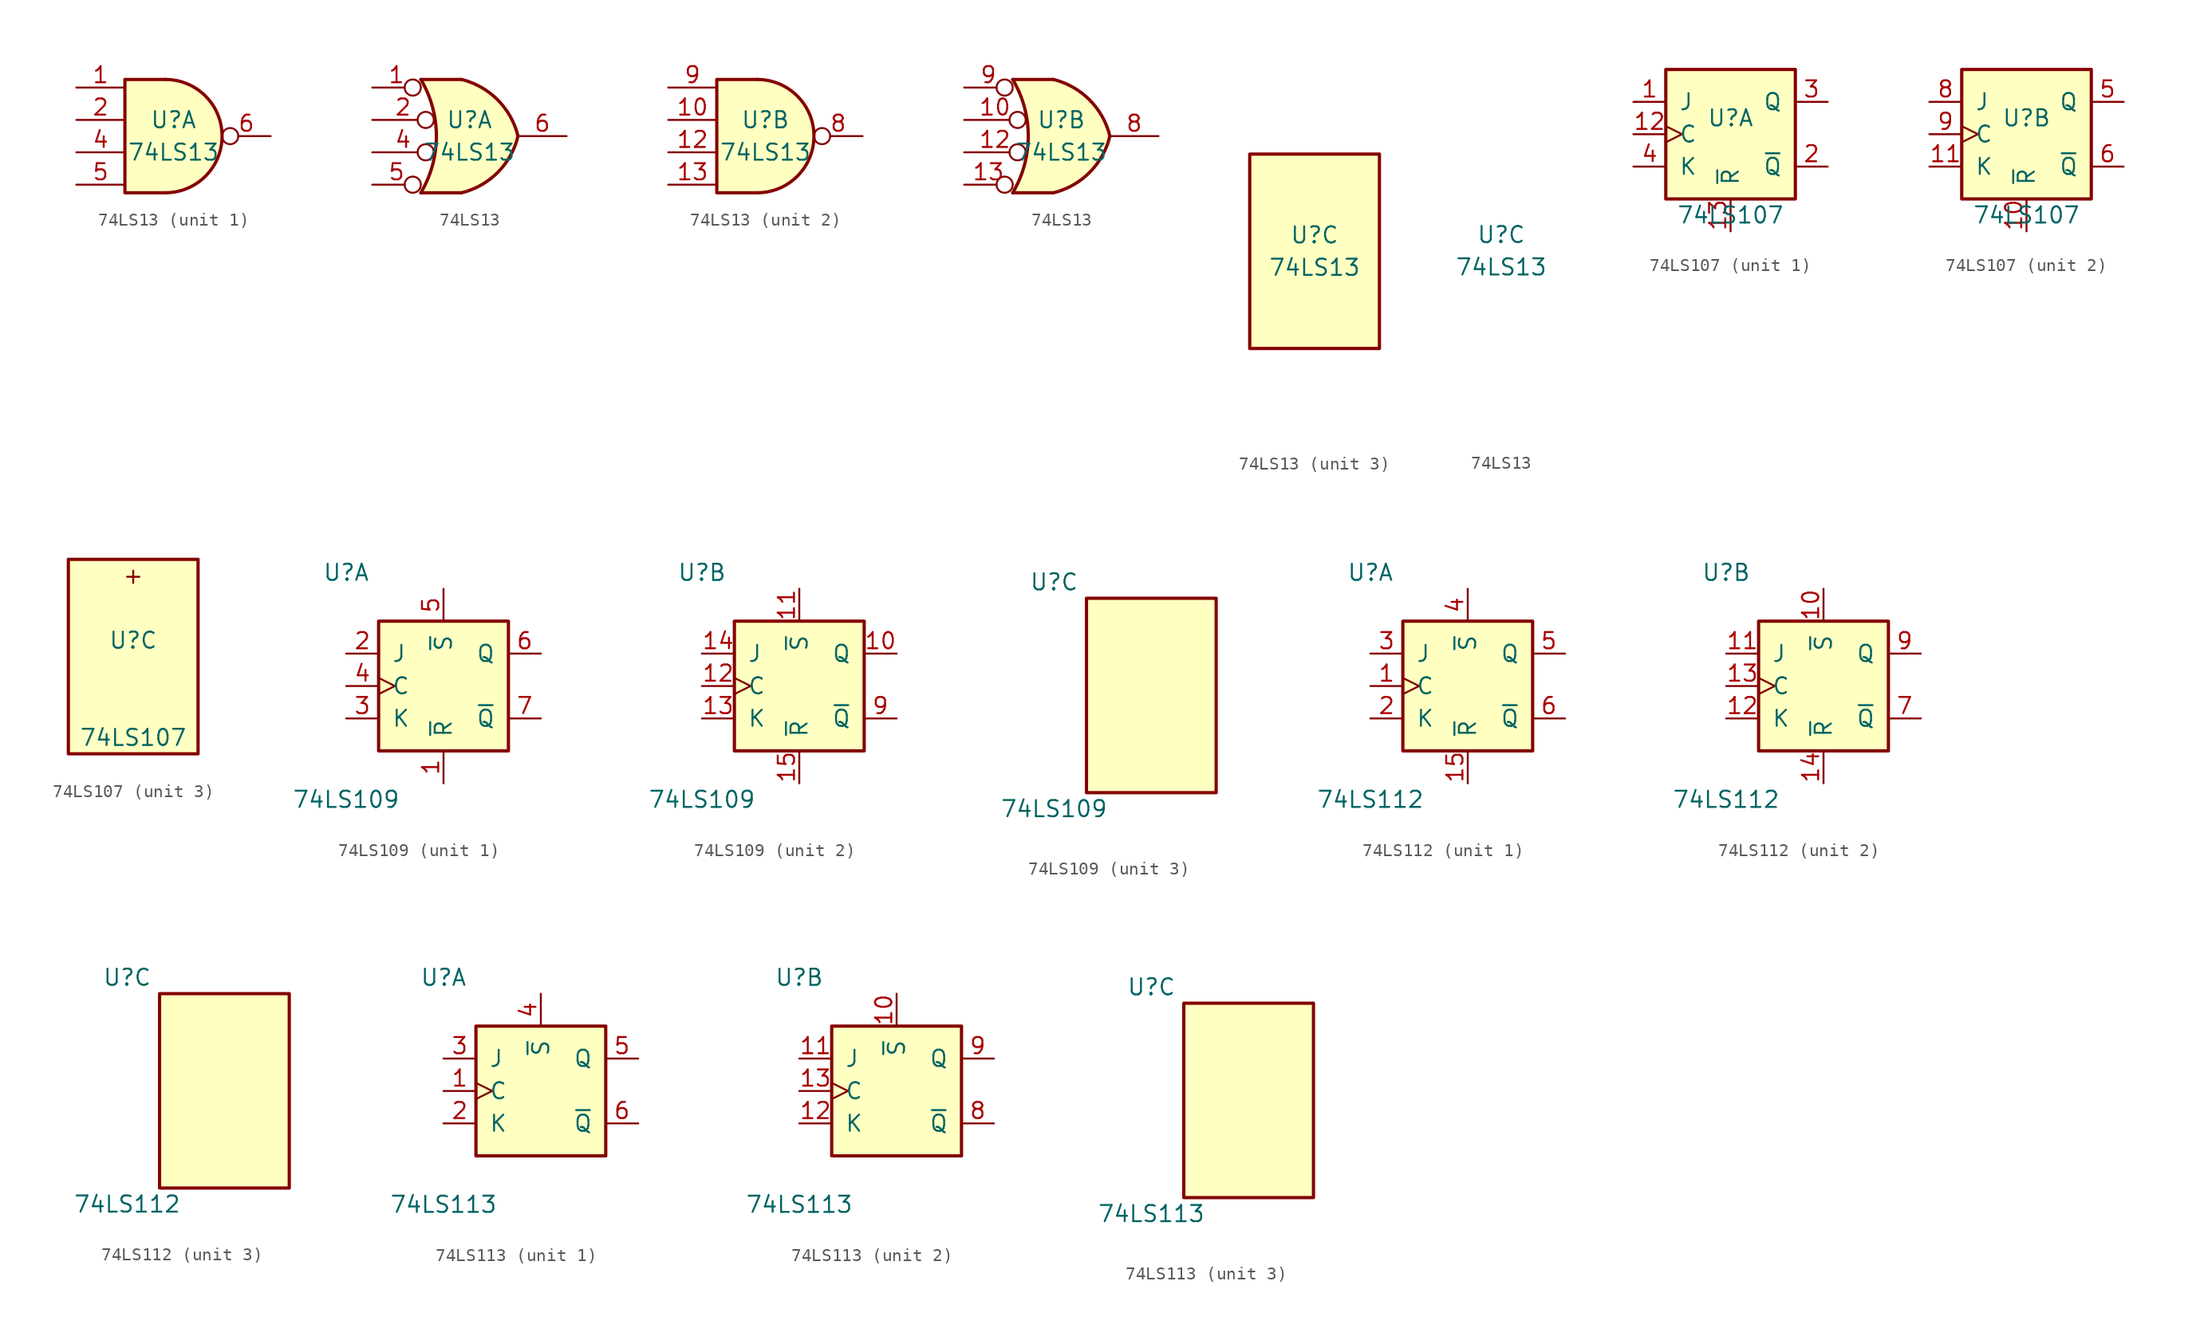
<source format=kicad_sym>
(kicad_symbol_lib
  (version 20231120)
  (generator "kicad_symbol_editor")
  (generator_version "8.0")
  (symbol "74LS13"
    (pin_names
      (offset 1.016))
    (property "Reference" "U"
      (at 0 1.27 0)
      (effects (font (size 1.27 1.27))))
    (property "Value" "74LS13"
      (at 0 -1.27 0)
      (effects (font (size 1.27 1.27))))
    (property "ki_locked" ""
      (at 0 0 0)
      (effects (font (size 1.27 1.27))))
    (symbol "74LS13_1_1"
      (arc (start -0.635 -4.445) (mid 3.7907 0) (end -0.635 4.445) (stroke (width 0.254) (type default)) (fill (type background)))
      (polyline (pts (xy -0.635 4.445) (xy -3.81 4.445) (xy -3.81 -4.445) (xy -0.635 -4.445)) (stroke (width 0.254) (type default)) (fill (type background)))
      (pin input line (at -7.62 3.81 0) (length 3.81) (name "~" (effects (font (size 1.27 1.27)))) (number "1" (effects (font (size 1.27 1.27)))))
      (pin input line (at -7.62 1.27 0) (length 3.81) (name "~" (effects (font (size 1.27 1.27)))) (number "2" (effects (font (size 1.27 1.27)))))
      (pin input line (at -7.62 -1.27 0) (length 3.81) (name "~" (effects (font (size 1.27 1.27)))) (number "4" (effects (font (size 1.27 1.27)))))
      (pin input line (at -7.62 -3.81 0) (length 3.81) (name "~" (effects (font (size 1.27 1.27)))) (number "5" (effects (font (size 1.27 1.27)))))
      (pin output inverted (at 7.62 0 180) (length 3.81) (name "~" (effects (font (size 1.27 1.27)))) (number "6" (effects (font (size 1.27 1.27))))))
    (symbol "74LS13_1_2"
      (arc (start -3.81 -4.445) (mid -2.5908 0) (end -3.81 4.445) (stroke (width 0.254) (type default)) (fill (type none)))
      (arc (start -0.6096 -4.445) (mid 2.2246 -2.8422) (end 3.81 0) (stroke (width 0.254) (type default)) (fill (type background)))
      (polyline (pts (xy -3.81 -4.445) (xy -0.635 -4.445)) (stroke (width 0.254) (type default)) (fill (type background)))
      (polyline (pts (xy -3.81 4.445) (xy -0.635 4.445)) (stroke (width 0.254) (type default)) (fill (type background)))
      (polyline (pts (xy -0.635 4.445) (xy -3.81 4.445) (xy -3.81 4.445) (xy -3.632 4.089) (xy -3.099 2.921) (xy -2.769 1.676) (xy -2.616 0.432) (xy -2.642 -0.864) (xy -2.87 -2.108) (xy -3.251 -3.327) (xy -3.81 -4.445) (xy -3.81 -4.445) (xy -0.635 -4.445)) (stroke (width -25.4) (type default)) (fill (type background)))
      (arc (start 3.81 0) (mid 2.2204 2.8379) (end -0.6096 4.445) (stroke (width 0.254) (type default)) (fill (type background)))
      (pin input inverted (at -7.62 3.81 0) (length 3.81) (name "~" (effects (font (size 1.27 1.27)))) (number "1" (effects (font (size 1.27 1.27)))))
      (pin input inverted (at -7.62 1.27 0) (length 4.826) (name "~" (effects (font (size 1.27 1.27)))) (number "2" (effects (font (size 1.27 1.27)))))
      (pin input inverted (at -7.62 -1.27 0) (length 4.826) (name "~" (effects (font (size 1.27 1.27)))) (number "4" (effects (font (size 1.27 1.27)))))
      (pin input inverted (at -7.62 -3.81 0) (length 3.81) (name "~" (effects (font (size 1.27 1.27)))) (number "5" (effects (font (size 1.27 1.27)))))
      (pin output line (at 7.62 0 180) (length 3.81) (name "~" (effects (font (size 1.27 1.27)))) (number "6" (effects (font (size 1.27 1.27))))))
    (symbol "74LS13_2_1"
      (arc (start -0.635 -4.445) (mid 3.7907 0) (end -0.635 4.445) (stroke (width 0.254) (type default)) (fill (type background)))
      (polyline (pts (xy -0.635 4.445) (xy -3.81 4.445) (xy -3.81 -4.445) (xy -0.635 -4.445)) (stroke (width 0.254) (type default)) (fill (type background)))
      (pin input line (at -7.62 1.27 0) (length 3.81) (name "~" (effects (font (size 1.27 1.27)))) (number "10" (effects (font (size 1.27 1.27)))))
      (pin input line (at -7.62 -1.27 0) (length 3.81) (name "~" (effects (font (size 1.27 1.27)))) (number "12" (effects (font (size 1.27 1.27)))))
      (pin input line (at -7.62 -3.81 0) (length 3.81) (name "~" (effects (font (size 1.27 1.27)))) (number "13" (effects (font (size 1.27 1.27)))))
      (pin output inverted (at 7.62 0 180) (length 3.81) (name "~" (effects (font (size 1.27 1.27)))) (number "8" (effects (font (size 1.27 1.27)))))
      (pin input line (at -7.62 3.81 0) (length 3.81) (name "~" (effects (font (size 1.27 1.27)))) (number "9" (effects (font (size 1.27 1.27))))))
    (symbol "74LS13_2_2"
      (arc (start -3.81 -4.445) (mid -2.5908 0) (end -3.81 4.445) (stroke (width 0.254) (type default)) (fill (type none)))
      (arc (start -0.6096 -4.445) (mid 2.2246 -2.8422) (end 3.81 0) (stroke (width 0.254) (type default)) (fill (type background)))
      (polyline (pts (xy -3.81 -4.445) (xy -0.635 -4.445)) (stroke (width 0.254) (type default)) (fill (type background)))
      (polyline (pts (xy -3.81 4.445) (xy -0.635 4.445)) (stroke (width 0.254) (type default)) (fill (type background)))
      (polyline (pts (xy -0.635 4.445) (xy -3.81 4.445) (xy -3.81 4.445) (xy -3.632 4.089) (xy -3.099 2.921) (xy -2.769 1.676) (xy -2.616 0.432) (xy -2.642 -0.864) (xy -2.87 -2.108) (xy -3.251 -3.327) (xy -3.81 -4.445) (xy -3.81 -4.445) (xy -0.635 -4.445)) (stroke (width -25.4) (type default)) (fill (type background)))
      (arc (start 3.81 0) (mid 2.2204 2.8379) (end -0.6096 4.445) (stroke (width 0.254) (type default)) (fill (type background)))
      (pin input inverted (at -7.62 1.27 0) (length 4.826) (name "~" (effects (font (size 1.27 1.27)))) (number "10" (effects (font (size 1.27 1.27)))))
      (pin input inverted (at -7.62 -1.27 0) (length 4.826) (name "~" (effects (font (size 1.27 1.27)))) (number "12" (effects (font (size 1.27 1.27)))))
      (pin input inverted (at -7.62 -3.81 0) (length 3.81) (name "~" (effects (font (size 1.27 1.27)))) (number "13" (effects (font (size 1.27 1.27)))))
      (pin output line (at 7.62 0 180) (length 3.81) (name "~" (effects (font (size 1.27 1.27)))) (number "8" (effects (font (size 1.27 1.27)))))
      (pin input inverted (at -7.62 3.81 0) (length 3.81) (name "~" (effects (font (size 1.27 1.27)))) (number "9" (effects (font (size 1.27 1.27))))))
    (symbol "74LS13_3_0"
      (pin input line (at 0 12.7 270) (length 5.08) hide (name "VCC" (effects (font (size 1.27 1.27)))) (number "14" (effects (font (size 1.27 1.27)))))
      (pin input line (at 0 -12.7 90) (length 5.08) hide (name "GND" (effects (font (size 1.27 1.27)))) (number "7" (effects (font (size 1.27 1.27))))))
    (symbol "74LS13_3_1"
      (rectangle (start -5.08 7.62) (end 5.08 -7.62) (stroke (width 0.254) (type default)) (fill (type background)))))
  (symbol "74LS107"
    (pin_names
      (offset 1.016))
    (property "Reference" "U"
      (at 0 1.27 0)
      (effects (font (size 1.27 1.27))))
    (property "Value" "74LS107"
      (at 0 -6.35 0)
      (effects (font (size 1.27 1.27))))
    (property "ki_locked" ""
      (at 0 0 0)
      (effects (font (size 1.27 1.27))))
    (symbol "74LS107_1_0"
      (pin input line (at -7.62 2.54 0) (length 2.54) (name "J" (effects (font (size 1.27 1.27)))) (number "1" (effects (font (size 1.27 1.27)))))
      (pin input clock (at -7.62 0 0) (length 2.54) (name "C" (effects (font (size 1.27 1.27)))) (number "12" (effects (font (size 1.27 1.27)))))
      (pin input line (at 0 -7.62 90) (length 2.54) (name "~{R}" (effects (font (size 1.27 1.27)))) (number "13" (effects (font (size 1.27 1.27)))))
      (pin output line (at 7.62 -2.54 180) (length 2.54) (name "~{Q}" (effects (font (size 1.27 1.27)))) (number "2" (effects (font (size 1.27 1.27)))))
      (pin output line (at 7.62 2.54 180) (length 2.54) (name "Q" (effects (font (size 1.27 1.27)))) (number "3" (effects (font (size 1.27 1.27)))))
      (pin input line (at -7.62 -2.54 0) (length 2.54) (name "K" (effects (font (size 1.27 1.27)))) (number "4" (effects (font (size 1.27 1.27))))))
    (symbol "74LS107_1_1"
      (rectangle (start -5.08 5.08) (end 5.08 -5.08) (stroke (width 0.254) (type default)) (fill (type background))))
    (symbol "74LS107_2_0"
      (pin input line (at 0 -7.62 90) (length 2.54) (name "~{R}" (effects (font (size 1.27 1.27)))) (number "10" (effects (font (size 1.27 1.27)))))
      (pin input line (at -7.62 -2.54 0) (length 2.54) (name "K" (effects (font (size 1.27 1.27)))) (number "11" (effects (font (size 1.27 1.27)))))
      (pin output line (at 7.62 2.54 180) (length 2.54) (name "Q" (effects (font (size 1.27 1.27)))) (number "5" (effects (font (size 1.27 1.27)))))
      (pin output line (at 7.62 -2.54 180) (length 2.54) (name "~{Q}" (effects (font (size 1.27 1.27)))) (number "6" (effects (font (size 1.27 1.27)))))
      (pin input line (at -7.62 2.54 0) (length 2.54) (name "J" (effects (font (size 1.27 1.27)))) (number "8" (effects (font (size 1.27 1.27)))))
      (pin input clock (at -7.62 0 0) (length 2.54) (name "C" (effects (font (size 1.27 1.27)))) (number "9" (effects (font (size 1.27 1.27))))))
    (symbol "74LS107_2_1"
      (rectangle (start -5.08 5.08) (end 5.08 -5.08) (stroke (width 0.254) (type default)) (fill (type background))))
    (symbol "74LS107_3_0"
      (pin power_in line (at 0 7.62 270) (length 2.54) hide (name "VCC" (effects (font (size 1.27 1.27)))) (number "14" (effects (font (size 1.27 1.27)))))
      (pin power_in line (at 0 -7.62 90) (length 2.54) hide (name "GND" (effects (font (size 1.27 1.27)))) (number "7" (effects (font (size 1.27 1.27))))))
    (symbol "74LS107_3_1"
      (rectangle (start -5.08 7.62) (end 5.08 -7.62) (stroke (width 0.254) (type default)) (fill (type background)))
      (text "+" (at 0 6.35 0) (effects (font (size 1.27 1.27))))))
  (symbol "74LS109"
    (pin_names
      (offset 1.016))
    (property "Reference" "U"
      (at -7.62 8.89 0)
      (effects (font (size 1.27 1.27))))
    (property "Value" "74LS109"
      (at -7.62 -8.89 0)
      (effects (font (size 1.27 1.27))))
    (property "ki_locked" ""
      (at 0 0 0)
      (effects (font (size 1.27 1.27))))
    (symbol "74LS109_1_0"
      (pin input line (at 0 -7.62 90) (length 2.54) (name "~{R}" (effects (font (size 1.27 1.27)))) (number "1" (effects (font (size 1.27 1.27)))))
      (pin input line (at -7.62 2.54 0) (length 2.54) (name "J" (effects (font (size 1.27 1.27)))) (number "2" (effects (font (size 1.27 1.27)))))
      (pin input line (at -7.62 -2.54 0) (length 2.54) (name "K" (effects (font (size 1.27 1.27)))) (number "3" (effects (font (size 1.27 1.27)))))
      (pin input clock (at -7.62 0 0) (length 2.54) (name "C" (effects (font (size 1.27 1.27)))) (number "4" (effects (font (size 1.27 1.27)))))
      (pin input line (at 0 7.62 270) (length 2.54) (name "~{S}" (effects (font (size 1.27 1.27)))) (number "5" (effects (font (size 1.27 1.27)))))
      (pin output line (at 7.62 2.54 180) (length 2.54) (name "Q" (effects (font (size 1.27 1.27)))) (number "6" (effects (font (size 1.27 1.27)))))
      (pin output line (at 7.62 -2.54 180) (length 2.54) (name "~{Q}" (effects (font (size 1.27 1.27)))) (number "7" (effects (font (size 1.27 1.27))))))
    (symbol "74LS109_1_1"
      (rectangle (start -5.08 5.08) (end 5.08 -5.08) (stroke (width 0.254) (type default)) (fill (type background))))
    (symbol "74LS109_2_0"
      (pin output line (at 7.62 2.54 180) (length 2.54) (name "Q" (effects (font (size 1.27 1.27)))) (number "10" (effects (font (size 1.27 1.27)))))
      (pin input line (at 0 7.62 270) (length 2.54) (name "~{S}" (effects (font (size 1.27 1.27)))) (number "11" (effects (font (size 1.27 1.27)))))
      (pin input clock (at -7.62 0 0) (length 2.54) (name "C" (effects (font (size 1.27 1.27)))) (number "12" (effects (font (size 1.27 1.27)))))
      (pin input line (at -7.62 -2.54 0) (length 2.54) (name "K" (effects (font (size 1.27 1.27)))) (number "13" (effects (font (size 1.27 1.27)))))
      (pin input line (at -7.62 2.54 0) (length 2.54) (name "J" (effects (font (size 1.27 1.27)))) (number "14" (effects (font (size 1.27 1.27)))))
      (pin input line (at 0 -7.62 90) (length 2.54) (name "~{R}" (effects (font (size 1.27 1.27)))) (number "15" (effects (font (size 1.27 1.27)))))
      (pin output line (at 7.62 -2.54 180) (length 2.54) (name "~{Q}" (effects (font (size 1.27 1.27)))) (number "9" (effects (font (size 1.27 1.27))))))
    (symbol "74LS109_2_1"
      (rectangle (start -5.08 5.08) (end 5.08 -5.08) (stroke (width 0.254) (type default)) (fill (type background))))
    (symbol "74LS109_3_0"
      (pin input line (at 0 10.16 270) (length 2.54) hide (name "VCC" (effects (font (size 1.27 1.27)))) (number "16" (effects (font (size 1.27 1.27)))))
      (pin input line (at 0 -10.16 90) (length 2.54) hide (name "GND" (effects (font (size 1.27 1.27)))) (number "8" (effects (font (size 1.27 1.27))))))
    (symbol "74LS109_3_1"
      (rectangle (start -5.08 7.62) (end 5.08 -7.62) (stroke (width 0.254) (type default)) (fill (type background)))))
  (symbol "74LS112"
    (pin_names
      (offset 1.016))
    (property "Reference" "U"
      (at -7.62 8.89 0)
      (effects (font (size 1.27 1.27))))
    (property "Value" "74LS112"
      (at -7.62 -8.89 0)
      (effects (font (size 1.27 1.27))))
    (property "ki_locked" ""
      (at 0 0 0)
      (effects (font (size 1.27 1.27))))
    (symbol "74LS112_1_0"
      (pin input clock (at -7.62 0 0) (length 2.54) (name "C" (effects (font (size 1.27 1.27)))) (number "1" (effects (font (size 1.27 1.27)))))
      (pin input line (at 0 -7.62 90) (length 2.54) (name "~{R}" (effects (font (size 1.27 1.27)))) (number "15" (effects (font (size 1.27 1.27)))))
      (pin input line (at -7.62 -2.54 0) (length 2.54) (name "K" (effects (font (size 1.27 1.27)))) (number "2" (effects (font (size 1.27 1.27)))))
      (pin input line (at -7.62 2.54 0) (length 2.54) (name "J" (effects (font (size 1.27 1.27)))) (number "3" (effects (font (size 1.27 1.27)))))
      (pin input line (at 0 7.62 270) (length 2.54) (name "~{S}" (effects (font (size 1.27 1.27)))) (number "4" (effects (font (size 1.27 1.27)))))
      (pin output line (at 7.62 2.54 180) (length 2.54) (name "Q" (effects (font (size 1.27 1.27)))) (number "5" (effects (font (size 1.27 1.27)))))
      (pin output line (at 7.62 -2.54 180) (length 2.54) (name "~{Q}" (effects (font (size 1.27 1.27)))) (number "6" (effects (font (size 1.27 1.27))))))
    (symbol "74LS112_1_1"
      (rectangle (start -5.08 5.08) (end 5.08 -5.08) (stroke (width 0.254) (type default)) (fill (type background))))
    (symbol "74LS112_2_0"
      (pin input line (at 0 7.62 270) (length 2.54) (name "~{S}" (effects (font (size 1.27 1.27)))) (number "10" (effects (font (size 1.27 1.27)))))
      (pin input line (at -7.62 2.54 0) (length 2.54) (name "J" (effects (font (size 1.27 1.27)))) (number "11" (effects (font (size 1.27 1.27)))))
      (pin input line (at -7.62 -2.54 0) (length 2.54) (name "K" (effects (font (size 1.27 1.27)))) (number "12" (effects (font (size 1.27 1.27)))))
      (pin input clock (at -7.62 0 0) (length 2.54) (name "C" (effects (font (size 1.27 1.27)))) (number "13" (effects (font (size 1.27 1.27)))))
      (pin input line (at 0 -7.62 90) (length 2.54) (name "~{R}" (effects (font (size 1.27 1.27)))) (number "14" (effects (font (size 1.27 1.27)))))
      (pin output line (at 7.62 -2.54 180) (length 2.54) (name "~{Q}" (effects (font (size 1.27 1.27)))) (number "7" (effects (font (size 1.27 1.27)))))
      (pin output line (at 7.62 2.54 180) (length 2.54) (name "Q" (effects (font (size 1.27 1.27)))) (number "9" (effects (font (size 1.27 1.27))))))
    (symbol "74LS112_2_1"
      (rectangle (start -5.08 5.08) (end 5.08 -5.08) (stroke (width 0.254) (type default)) (fill (type background))))
    (symbol "74LS112_3_0"
      (pin power_in line (at 0 7.62 270) (length 2.54) hide (name "VCC" (effects (font (size 1.27 1.27)))) (number "16" (effects (font (size 1.27 1.27)))))
      (pin power_in line (at 0 -7.62 90) (length 2.54) hide (name "GND" (effects (font (size 1.27 1.27)))) (number "8" (effects (font (size 1.27 1.27))))))
    (symbol "74LS112_3_1"
      (rectangle (start -5.08 7.62) (end 5.08 -7.62) (stroke (width 0.254) (type default)) (fill (type background)))))
  (symbol "74LS113"
    (pin_names
      (offset 1.016))
    (property "Reference" "U"
      (at -7.62 8.89 0)
      (effects (font (size 1.27 1.27))))
    (property "Value" "74LS113"
      (at -7.62 -8.89 0)
      (effects (font (size 1.27 1.27))))
    (property "ki_locked" ""
      (at 0 0 0)
      (effects (font (size 1.27 1.27))))
    (symbol "74LS113_1_0"
      (pin input clock (at -7.62 0 0) (length 2.54) (name "C" (effects (font (size 1.27 1.27)))) (number "1" (effects (font (size 1.27 1.27)))))
      (pin input line (at -7.62 -2.54 0) (length 2.54) (name "K" (effects (font (size 1.27 1.27)))) (number "2" (effects (font (size 1.27 1.27)))))
      (pin input line (at -7.62 2.54 0) (length 2.54) (name "J" (effects (font (size 1.27 1.27)))) (number "3" (effects (font (size 1.27 1.27)))))
      (pin input line (at 0 7.62 270) (length 2.54) (name "~{S}" (effects (font (size 1.27 1.27)))) (number "4" (effects (font (size 1.27 1.27)))))
      (pin output line (at 7.62 2.54 180) (length 2.54) (name "Q" (effects (font (size 1.27 1.27)))) (number "5" (effects (font (size 1.27 1.27)))))
      (pin output line (at 7.62 -2.54 180) (length 2.54) (name "~{Q}" (effects (font (size 1.27 1.27)))) (number "6" (effects (font (size 1.27 1.27))))))
    (symbol "74LS113_1_1"
      (rectangle (start -5.08 5.08) (end 5.08 -5.08) (stroke (width 0.254) (type default)) (fill (type background))))
    (symbol "74LS113_2_0"
      (pin input line (at 0 7.62 270) (length 2.54) (name "~{S}" (effects (font (size 1.27 1.27)))) (number "10" (effects (font (size 1.27 1.27)))))
      (pin input line (at -7.62 2.54 0) (length 2.54) (name "J" (effects (font (size 1.27 1.27)))) (number "11" (effects (font (size 1.27 1.27)))))
      (pin input line (at -7.62 -2.54 0) (length 2.54) (name "K" (effects (font (size 1.27 1.27)))) (number "12" (effects (font (size 1.27 1.27)))))
      (pin input clock (at -7.62 0 0) (length 2.54) (name "C" (effects (font (size 1.27 1.27)))) (number "13" (effects (font (size 1.27 1.27)))))
      (pin output line (at 7.62 -2.54 180) (length 2.54) (name "~{Q}" (effects (font (size 1.27 1.27)))) (number "8" (effects (font (size 1.27 1.27)))))
      (pin output line (at 7.62 2.54 180) (length 2.54) (name "Q" (effects (font (size 1.27 1.27)))) (number "9" (effects (font (size 1.27 1.27))))))
    (symbol "74LS113_2_1"
      (rectangle (start -5.08 5.08) (end 5.08 -5.08) (stroke (width 0.254) (type default)) (fill (type background))))
    (symbol "74LS113_3_0"
      (pin input line (at 0 10.16 270) (length 2.54) hide (name "VCC" (effects (font (size 1.27 1.27)))) (number "14" (effects (font (size 1.27 1.27)))))
      (pin input line (at 0 -10.16 90) (length 2.54) hide (name "GND" (effects (font (size 1.27 1.27)))) (number "7" (effects (font (size 1.27 1.27))))))
    (symbol "74LS113_3_1"
      (rectangle (start -5.08 7.62) (end 5.08 -7.62) (stroke (width 0.254) (type default)) (fill (type background))))))
</source>
